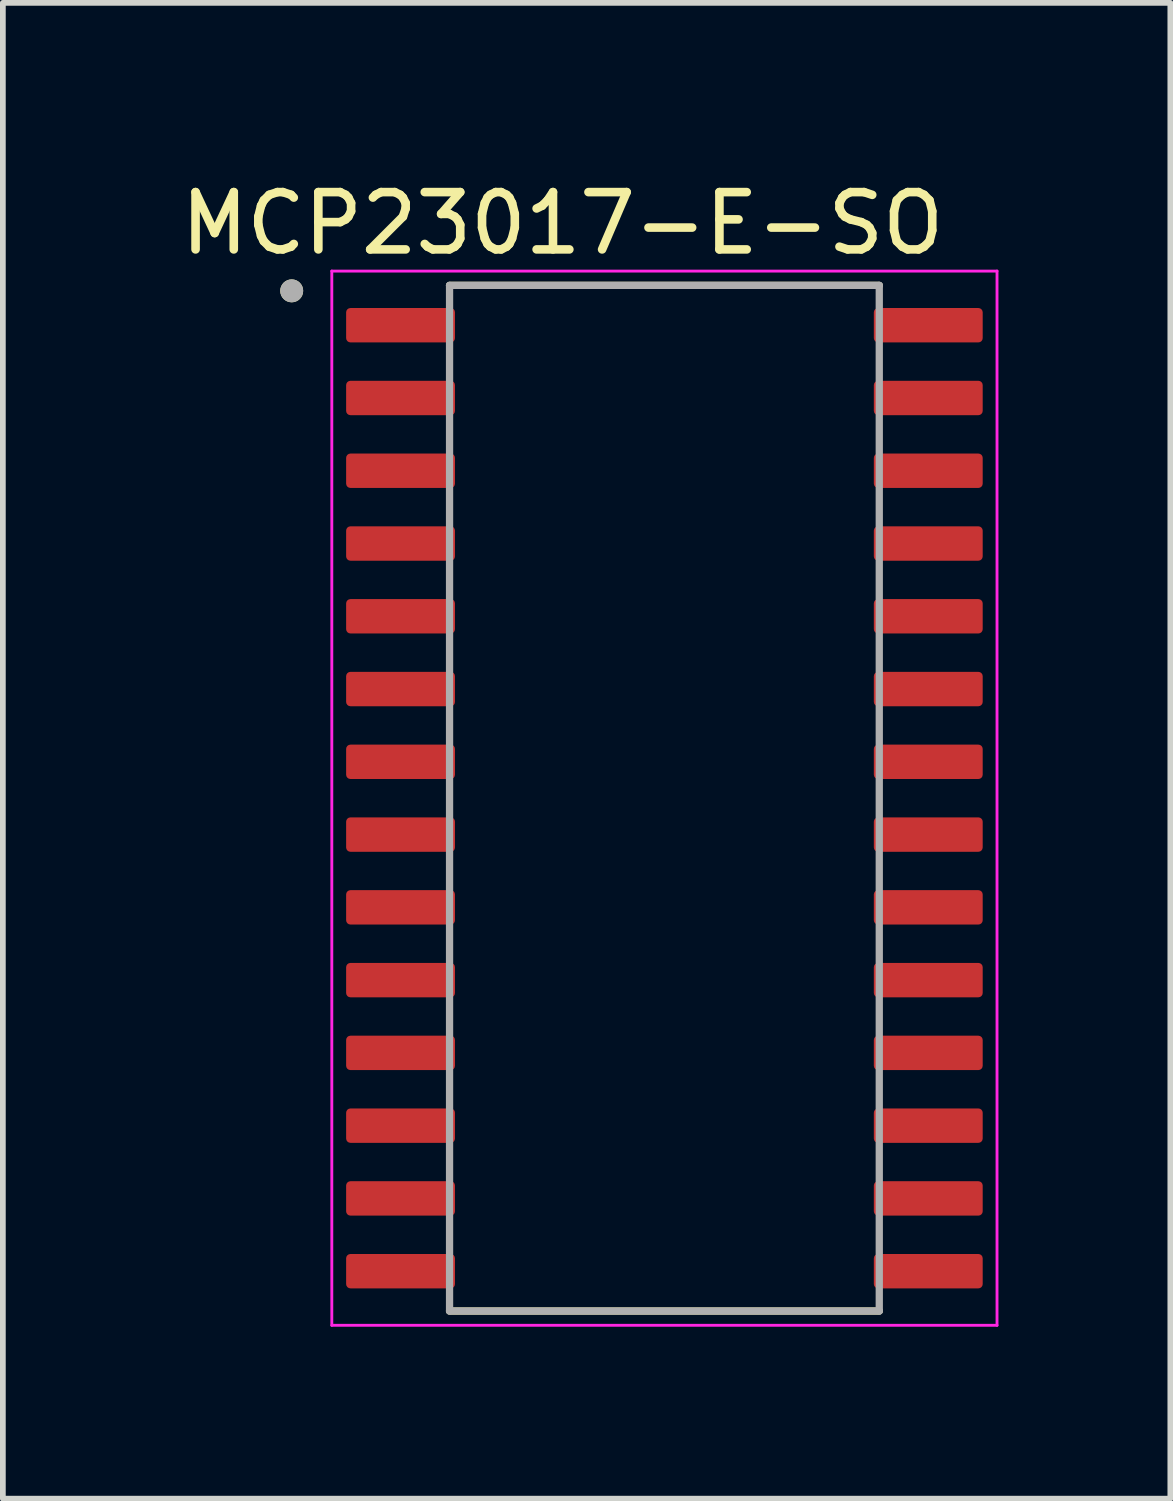
<source format=kicad_pcb>
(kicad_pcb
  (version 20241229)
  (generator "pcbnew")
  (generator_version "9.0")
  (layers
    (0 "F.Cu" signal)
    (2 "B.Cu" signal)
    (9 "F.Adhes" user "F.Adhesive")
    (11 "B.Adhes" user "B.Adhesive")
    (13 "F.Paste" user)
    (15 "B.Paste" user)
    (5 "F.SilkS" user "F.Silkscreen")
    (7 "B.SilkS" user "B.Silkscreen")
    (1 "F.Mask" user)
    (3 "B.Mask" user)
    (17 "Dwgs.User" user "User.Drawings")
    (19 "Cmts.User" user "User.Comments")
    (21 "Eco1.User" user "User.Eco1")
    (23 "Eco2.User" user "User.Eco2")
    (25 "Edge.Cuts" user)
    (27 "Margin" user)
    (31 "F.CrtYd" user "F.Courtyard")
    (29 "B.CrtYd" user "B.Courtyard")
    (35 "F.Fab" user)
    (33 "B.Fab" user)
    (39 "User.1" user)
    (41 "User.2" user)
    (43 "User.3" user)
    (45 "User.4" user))
  (footprint "MCP23017-E-SO"
    (layer "F.Cu")
    (at 8.546 10.881)
    (property "Reference" "MCP23017-E-SO" (at -1.778 -10.033 0) (layer "F.SilkS") (effects (font (size 1 1) (thickness 0.15))))
    (attr smd)
    (fp_line (start -3.75 -8.95) (end 3.75 -8.95) (stroke (width 0.127) (type solid)) (layer "F.SilkS"))
    (fp_line (start -3.75 8.95) (end 3.75 8.95) (stroke (width 0.127) (type solid)) (layer "F.SilkS"))
    (fp_circle (center -6.505 -8.855) (end -6.405 -8.855) (stroke (width 0.2) (type solid)) (fill no) (layer "F.SilkS"))
    (fp_line (start -5.805 -9.2) (end -5.805 9.2) (stroke (width 0.05) (type solid)) (layer "F.CrtYd"))
    (fp_line (start -5.805 -9.2) (end 5.805 -9.2) (stroke (width 0.05) (type solid)) (layer "F.CrtYd"))
    (fp_line (start -5.805 9.2) (end 5.805 9.2) (stroke (width 0.05) (type solid)) (layer "F.CrtYd"))
    (fp_line (start 5.805 -9.2) (end 5.805 9.2) (stroke (width 0.05) (type solid)) (layer "F.CrtYd"))
    (fp_line (start -3.75 -8.95) (end -3.75 8.95) (stroke (width 0.127) (type solid)) (layer "F.Fab"))
    (fp_line (start -3.75 -8.95) (end 3.75 -8.95) (stroke (width 0.127) (type solid)) (layer "F.Fab"))
    (fp_line (start -3.75 8.95) (end 3.75 8.95) (stroke (width 0.127) (type solid)) (layer "F.Fab"))
    (fp_line (start 3.75 -8.95) (end 3.75 8.95) (stroke (width 0.127) (type solid)) (layer "F.Fab"))
    (fp_circle (center -6.505 -8.855) (end -6.405 -8.855) (stroke (width 0.2) (type solid)) (fill no) (layer "F.Fab"))
    (pad "1" smd roundrect (at -4.605 -8.255) (size 1.9 0.6) (layers "F.Cu" "F.Mask" "F.Paste") (roundrect_rratio 0.125))
    (pad "2" smd roundrect (at -4.605 -6.985) (size 1.9 0.6) (layers "F.Cu" "F.Mask" "F.Paste") (roundrect_rratio 0.125))
    (pad "3" smd roundrect (at -4.605 -5.715) (size 1.9 0.6) (layers "F.Cu" "F.Mask" "F.Paste") (roundrect_rratio 0.125))
    (pad "4" smd roundrect (at -4.605 -4.445) (size 1.9 0.6) (layers "F.Cu" "F.Mask" "F.Paste") (roundrect_rratio 0.125))
    (pad "5" smd roundrect (at -4.605 -3.175) (size 1.9 0.6) (layers "F.Cu" "F.Mask" "F.Paste") (roundrect_rratio 0.125))
    (pad "6" smd roundrect (at -4.605 -1.905) (size 1.9 0.6) (layers "F.Cu" "F.Mask" "F.Paste") (roundrect_rratio 0.125))
    (pad "7" smd roundrect (at -4.605 -0.635) (size 1.9 0.6) (layers "F.Cu" "F.Mask" "F.Paste") (roundrect_rratio 0.125))
    (pad "8" smd roundrect (at -4.605 0.635) (size 1.9 0.6) (layers "F.Cu" "F.Mask" "F.Paste") (roundrect_rratio 0.125))
    (pad "9" smd roundrect (at -4.605 1.905) (size 1.9 0.6) (layers "F.Cu" "F.Mask" "F.Paste") (roundrect_rratio 0.125))
    (pad "10" smd roundrect (at -4.605 3.175) (size 1.9 0.6) (layers "F.Cu" "F.Mask" "F.Paste") (roundrect_rratio 0.125))
    (pad "11" smd roundrect (at -4.605 4.445) (size 1.9 0.6) (layers "F.Cu" "F.Mask" "F.Paste") (roundrect_rratio 0.125))
    (pad "12" smd roundrect (at -4.605 5.715) (size 1.9 0.6) (layers "F.Cu" "F.Mask" "F.Paste") (roundrect_rratio 0.125))
    (pad "13" smd roundrect (at -4.605 6.985) (size 1.9 0.6) (layers "F.Cu" "F.Mask" "F.Paste") (roundrect_rratio 0.125))
    (pad "14" smd roundrect (at -4.605 8.255) (size 1.9 0.6) (layers "F.Cu" "F.Mask" "F.Paste") (roundrect_rratio 0.125))
    (pad "15" smd roundrect (at 4.605 8.255) (size 1.9 0.6) (layers "F.Cu" "F.Mask" "F.Paste") (roundrect_rratio 0.125))
    (pad "16" smd roundrect (at 4.605 6.985) (size 1.9 0.6) (layers "F.Cu" "F.Mask" "F.Paste") (roundrect_rratio 0.125))
    (pad "17" smd roundrect (at 4.605 5.715) (size 1.9 0.6) (layers "F.Cu" "F.Mask" "F.Paste") (roundrect_rratio 0.125))
    (pad "18" smd roundrect (at 4.605 4.445) (size 1.9 0.6) (layers "F.Cu" "F.Mask" "F.Paste") (roundrect_rratio 0.125))
    (pad "19" smd roundrect (at 4.605 3.175) (size 1.9 0.6) (layers "F.Cu" "F.Mask" "F.Paste") (roundrect_rratio 0.125))
    (pad "20" smd roundrect (at 4.605 1.905) (size 1.9 0.6) (layers "F.Cu" "F.Mask" "F.Paste") (roundrect_rratio 0.125))
    (pad "21" smd roundrect (at 4.605 0.635) (size 1.9 0.6) (layers "F.Cu" "F.Mask" "F.Paste") (roundrect_rratio 0.125))
    (pad "22" smd roundrect (at 4.605 -0.635) (size 1.9 0.6) (layers "F.Cu" "F.Mask" "F.Paste") (roundrect_rratio 0.125))
    (pad "23" smd roundrect (at 4.605 -1.905) (size 1.9 0.6) (layers "F.Cu" "F.Mask" "F.Paste") (roundrect_rratio 0.125))
    (pad "24" smd roundrect (at 4.605 -3.175) (size 1.9 0.6) (layers "F.Cu" "F.Mask" "F.Paste") (roundrect_rratio 0.125))
    (pad "25" smd roundrect (at 4.605 -4.445) (size 1.9 0.6) (layers "F.Cu" "F.Mask" "F.Paste") (roundrect_rratio 0.125))
    (pad "26" smd roundrect (at 4.605 -5.715) (size 1.9 0.6) (layers "F.Cu" "F.Mask" "F.Paste") (roundrect_rratio 0.125))
    (pad "27" smd roundrect (at 4.605 -6.985) (size 1.9 0.6) (layers "F.Cu" "F.Mask" "F.Paste") (roundrect_rratio 0.125))
    (pad "28" smd roundrect (at 4.605 -8.255) (size 1.9 0.6) (layers "F.Cu" "F.Mask" "F.Paste") (roundrect_rratio 0.125)))
  (gr_rect
    (start -3 -3)
    (end 17.376 23.106)
    (stroke (width 0.1) (type default))
    (fill no)
    (layer "Edge.Cuts")))
</source>
